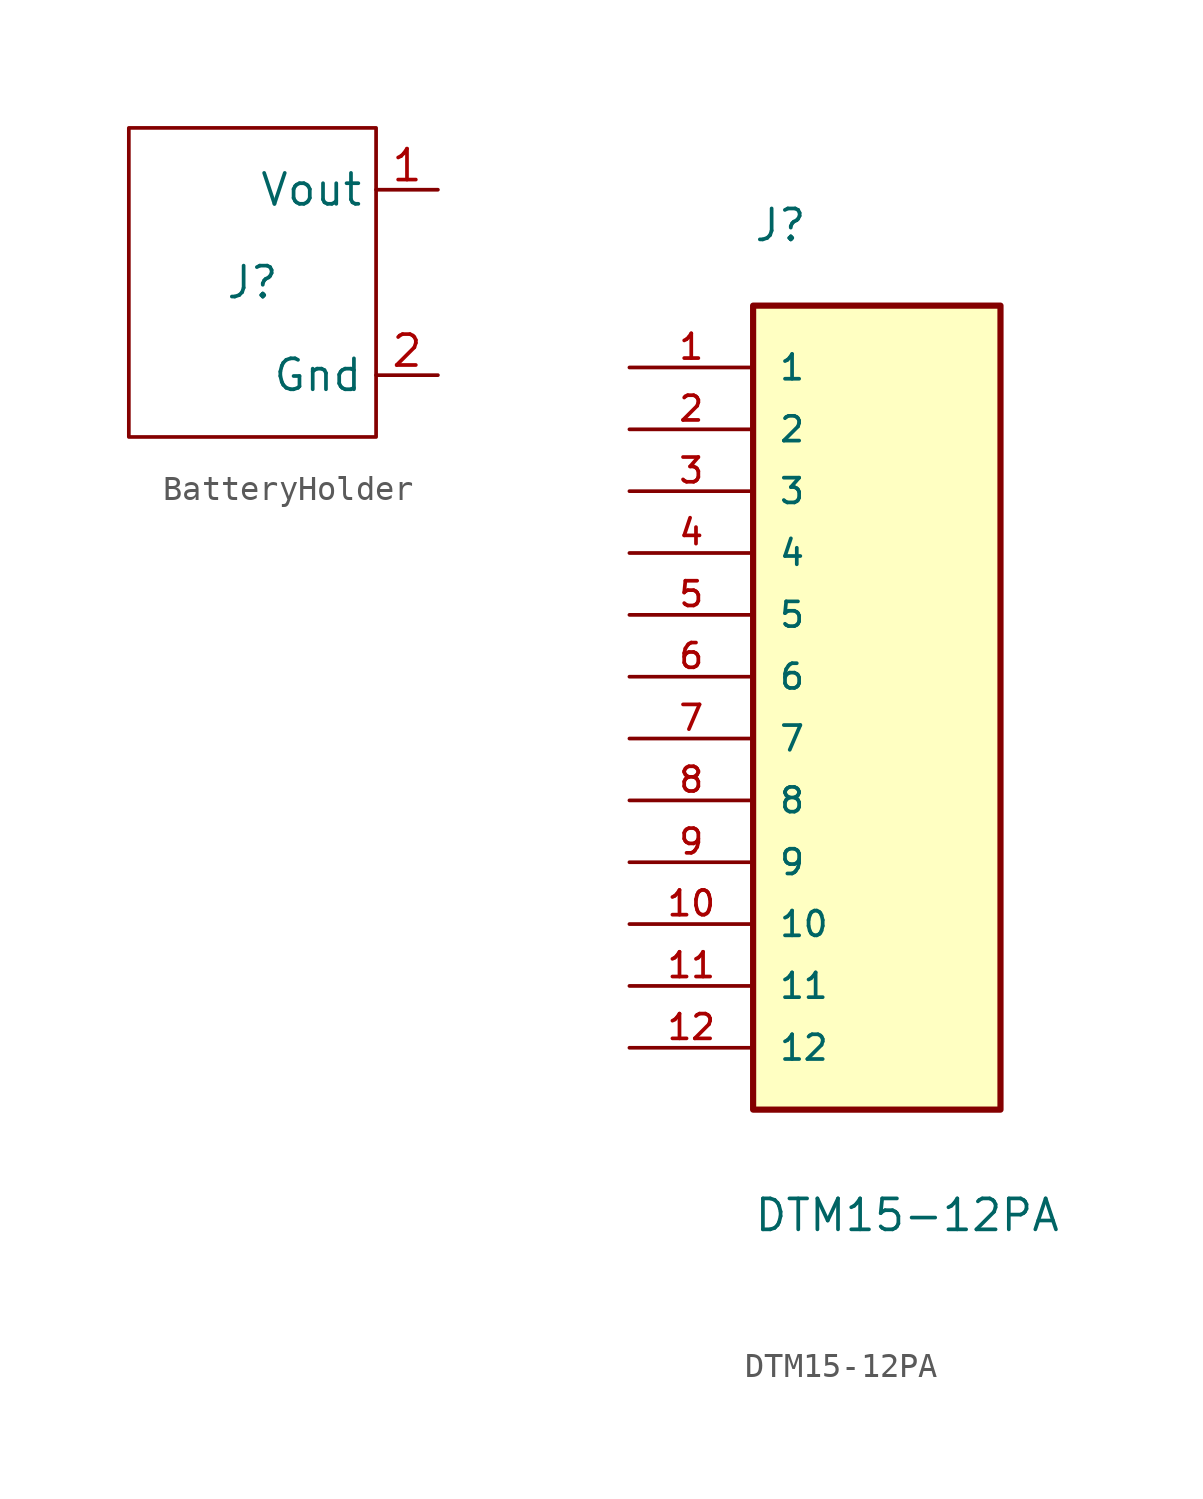
<source format=kicad_sym>
(kicad_symbol_lib
  (version 20241209)
  (generator "kicad_symbol_editor")
  (generator_version "9.0")
  (symbol "BatteryHolder"
    (property "Reference" "J"
      (at 0 0 0)
      (effects (font (size 1.27 1.27))))
    (property "Value" ""
      (at 0 0 0)
      (effects (font (size 1.27 1.27))))
    (symbol "BatteryHolder_0_1"
      (rectangle (start -5.08 6.35) (end 5.08 -6.35) (stroke (width 0) (type default)) (fill (type none))))
    (symbol "BatteryHolder_1_1"
      (pin output line (at 7.62 3.81 180) (length 2.54) (name "Vout" (effects (font (size 1.27 1.27)))) (number "1" (effects (font (size 1.27 1.27)))))
      (pin output line (at 7.62 -3.81 180) (length 2.54) (name "Gnd" (effects (font (size 1.27 1.27)))) (number "2" (effects (font (size 1.27 1.27)))))))
  (symbol "DTM15-12PA"
    (pin_names
      (offset 1.016))
    (property "Reference" "J"
      (at -5.085 20.338 0)
      (effects (font (size 1.27 1.27)) (justify left bottom)))
    (property "Value" "DTM15-12PA"
      (at -5.08 -20.321 0)
      (effects (font (size 1.27 1.27)) (justify left bottom)))
    (symbol "DTM15-12PA_0_0"
      (rectangle (start -5.08 17.78) (end 5.08 -15.24) (stroke (width 0.254) (type default)) (fill (type background)))
      (pin passive line (at -10.16 15.24 0) (length 5.08) (name "1" (effects (font (size 1.016 1.016)))) (number "1" (effects (font (size 1.016 1.016)))))
      (pin passive line (at -10.16 12.7 0) (length 5.08) (name "2" (effects (font (size 1.016 1.016)))) (number "2" (effects (font (size 1.016 1.016)))))
      (pin passive line (at -10.16 10.16 0) (length 5.08) (name "3" (effects (font (size 1.016 1.016)))) (number "3" (effects (font (size 1.016 1.016)))))
      (pin passive line (at -10.16 7.62 0) (length 5.08) (name "4" (effects (font (size 1.016 1.016)))) (number "4" (effects (font (size 1.016 1.016)))))
      (pin passive line (at -10.16 5.08 0) (length 5.08) (name "5" (effects (font (size 1.016 1.016)))) (number "5" (effects (font (size 1.016 1.016)))))
      (pin passive line (at -10.16 2.54 0) (length 5.08) (name "6" (effects (font (size 1.016 1.016)))) (number "6" (effects (font (size 1.016 1.016)))))
      (pin passive line (at -10.16 0 0) (length 5.08) (name "7" (effects (font (size 1.016 1.016)))) (number "7" (effects (font (size 1.016 1.016)))))
      (pin passive line (at -10.16 -2.54 0) (length 5.08) (name "8" (effects (font (size 1.016 1.016)))) (number "8" (effects (font (size 1.016 1.016)))))
      (pin passive line (at -10.16 -5.08 0) (length 5.08) (name "9" (effects (font (size 1.016 1.016)))) (number "9" (effects (font (size 1.016 1.016)))))
      (pin passive line (at -10.16 -7.62 0) (length 5.08) (name "10" (effects (font (size 1.016 1.016)))) (number "10" (effects (font (size 1.016 1.016)))))
      (pin passive line (at -10.16 -10.16 0) (length 5.08) (name "11" (effects (font (size 1.016 1.016)))) (number "11" (effects (font (size 1.016 1.016)))))
      (pin passive line (at -10.16 -12.7 0) (length 5.08) (name "12" (effects (font (size 1.016 1.016)))) (number "12" (effects (font (size 1.016 1.016))))))))
</source>
